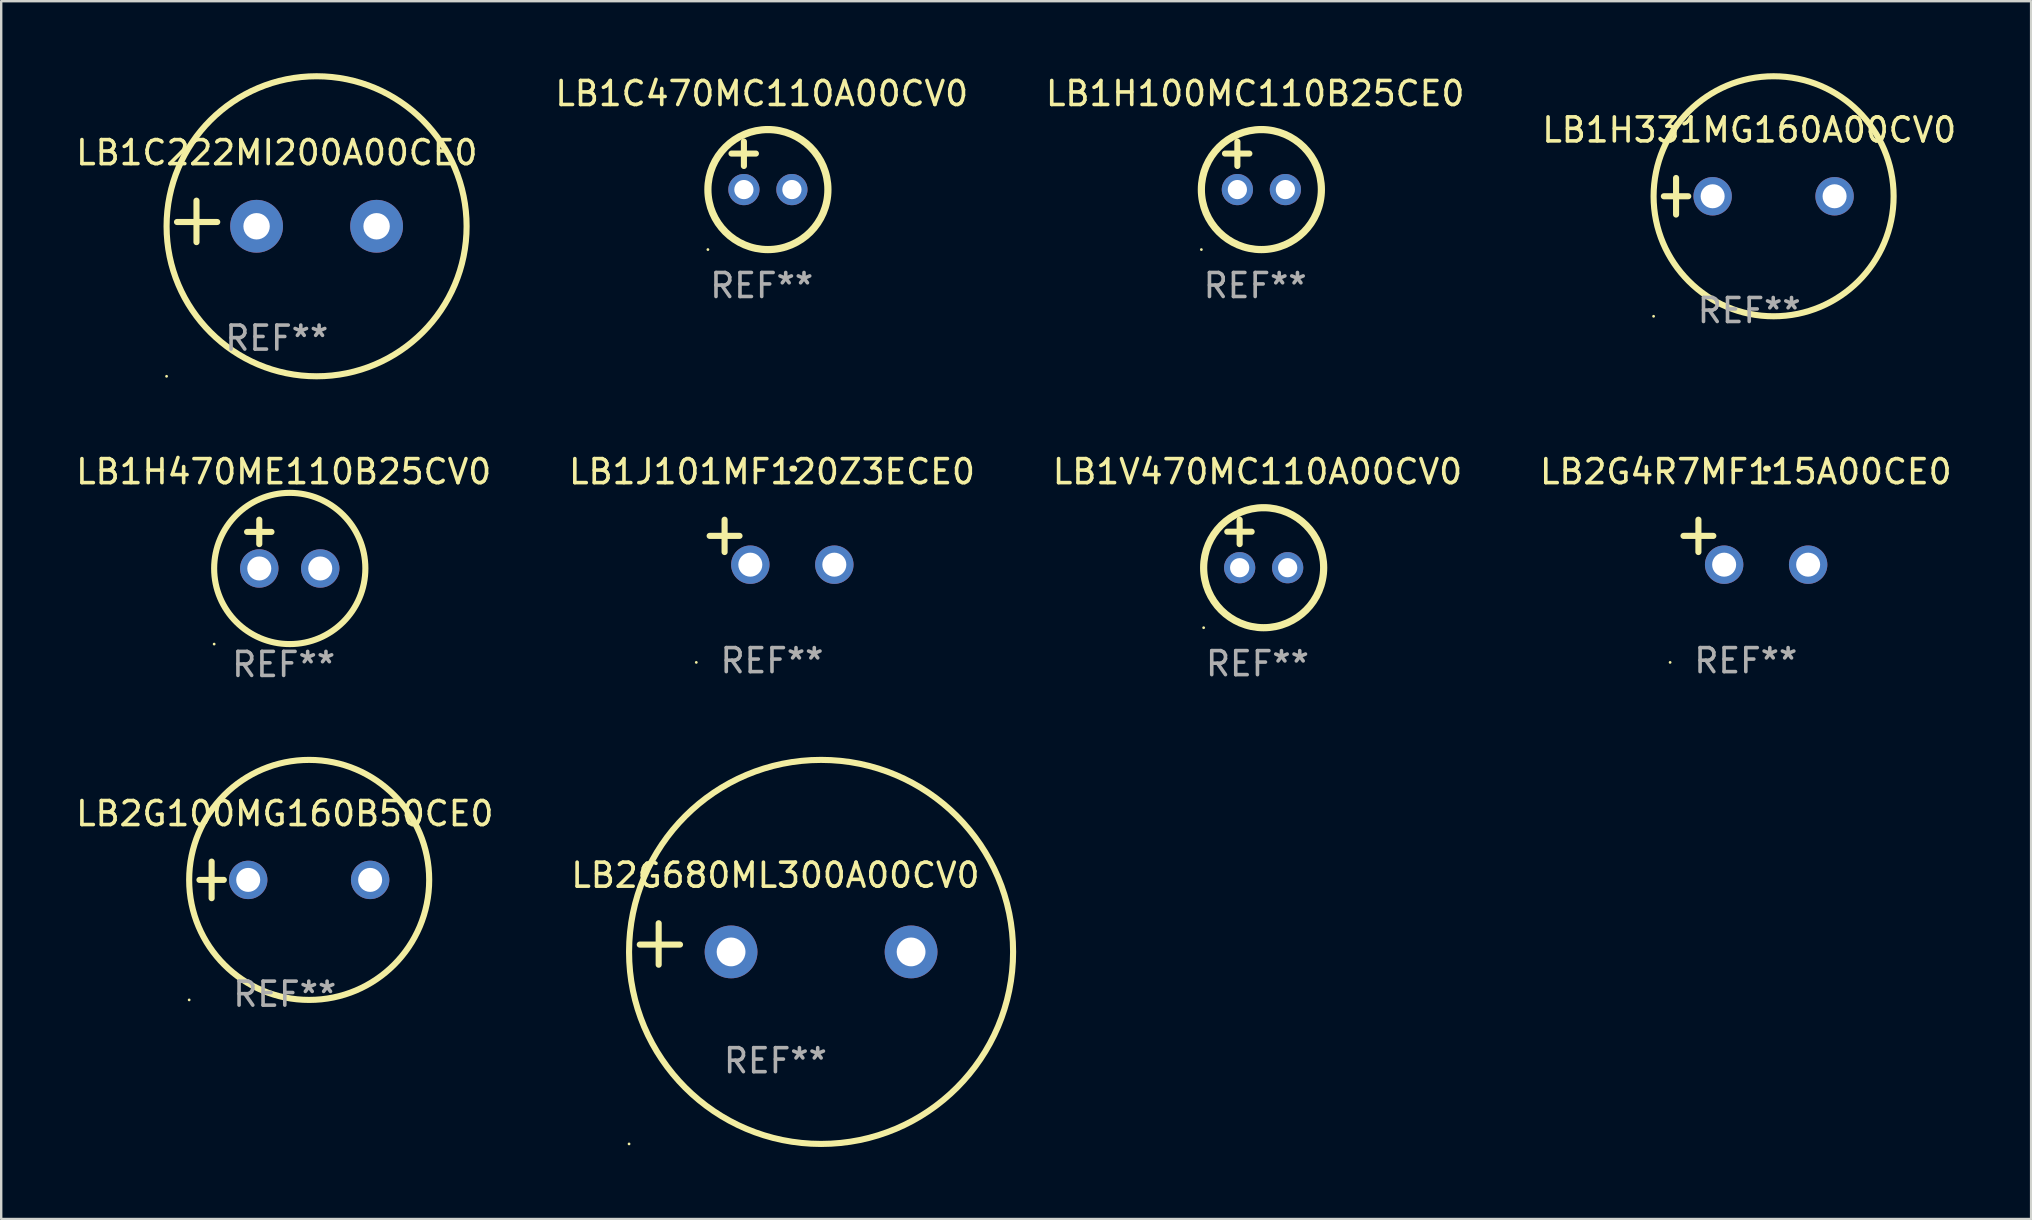
<source format=kicad_pcb>
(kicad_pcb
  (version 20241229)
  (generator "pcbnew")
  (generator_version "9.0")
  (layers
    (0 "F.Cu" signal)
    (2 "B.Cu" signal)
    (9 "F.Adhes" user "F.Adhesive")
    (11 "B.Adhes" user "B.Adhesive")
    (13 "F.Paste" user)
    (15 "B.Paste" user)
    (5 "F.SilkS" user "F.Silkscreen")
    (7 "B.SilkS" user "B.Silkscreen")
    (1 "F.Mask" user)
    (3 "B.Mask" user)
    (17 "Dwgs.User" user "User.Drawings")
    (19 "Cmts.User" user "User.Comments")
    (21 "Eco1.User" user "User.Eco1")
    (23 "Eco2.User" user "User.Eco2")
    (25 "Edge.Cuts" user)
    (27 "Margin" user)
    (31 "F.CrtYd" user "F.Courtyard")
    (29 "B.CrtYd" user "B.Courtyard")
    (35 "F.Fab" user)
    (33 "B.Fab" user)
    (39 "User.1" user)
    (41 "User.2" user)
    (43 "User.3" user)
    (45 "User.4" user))
  (footprint "LB2G4R7MF115A00CE0"
    (layer "F.Cu")
    (at 69.685 19.539)
    (property "Reference" "LB2G4R7MF115A00CE0" (at 0 -2.937 0) (layer "F.SilkS") (effects (font (size 1 1) (thickness 0.15))))
    (attr through_hole)
    (fp_line (start -1.975 0.41) (end -1.975 -0.937) (stroke (width 0.254) (type solid)) (layer "F.SilkS"))
    (fp_line (start -1.353 -0.263) (end -2.597 -0.263) (stroke (width 0.254) (type solid)) (layer "F.SilkS"))
    (fp_arc (start 0.849809 -3.063957) (mid 0.885369 -3.064114) (end 0.920929 -3.063957) (stroke (width 0.254001) (type solid)) (layer "F.SilkS"))
    (fp_circle (center -3.154 5.008) (end -3.124 5.008) (stroke (width 0.06) (type solid)) (fill no) (layer "F.SilkS"))
    (fp_text user "REF**" (at 0 4.937 0) (layer "F.Fab") (effects (font (size 1 1) (thickness 0.15))))
    (pad "1" thru_hole circle (at -0.903 0.937) (size 1.6 1.6) (drill 1) (layers "*.Cu" "*.Mask"))
    (pad "2" thru_hole circle (at 2.597 0.937) (size 1.6 1.6) (drill 1) (layers "*.Cu" "*.Mask")))
  (footprint "LB1H331MG160A00CV0"
    (layer "F.Cu")
    (at 69.827 5.127)
    (property "Reference" "LB1H331MG160A00CV0" (at 0 -2.762 0) (layer "F.SilkS") (effects (font (size 1 1) (thickness 0.15))))
    (attr through_hole)
    (fp_line (start -3.556 0) (end -2.54 0) (stroke (width 0.254) (type solid)) (layer "F.SilkS"))
    (fp_line (start -3.048 -0.762) (end -3.048 0.762) (stroke (width 0.254) (type solid)) (layer "F.SilkS"))
    (fp_circle (center -3.984 5) (end -3.954 5) (stroke (width 0.06) (type solid)) (fill no) (layer "F.SilkS"))
    (fp_circle (center 1.016 0) (end 6.016 0) (stroke (width 0.254) (type solid)) (fill no) (layer "F.SilkS"))
    (fp_text user "REF**" (at 0 4.762 0) (layer "F.Fab") (effects (font (size 1 1) (thickness 0.15))))
    (pad "1" thru_hole circle (at -1.524 0) (size 1.6 1.6) (drill 1) (layers "*.Cu" "*.Mask"))
    (pad "2" thru_hole circle (at 3.556 0) (size 1.6 1.6) (drill 1) (layers "*.Cu" "*.Mask")))
  (footprint "LB2G100MG160B50CE0"
    (layer "F.Cu")
    (at 8.815 33.609)
    (property "Reference" "LB2G100MG160B50CE0" (at 0 -2.762 0) (layer "F.SilkS") (effects (font (size 1 1) (thickness 0.15))))
    (attr through_hole)
    (fp_line (start -3.556 0) (end -2.54 0) (stroke (width 0.254) (type solid)) (layer "F.SilkS"))
    (fp_line (start -3.048 -0.762) (end -3.048 0.762) (stroke (width 0.254) (type solid)) (layer "F.SilkS"))
    (fp_circle (center -3.984 5) (end -3.954 5) (stroke (width 0.06) (type solid)) (fill no) (layer "F.SilkS"))
    (fp_circle (center 1.016 0) (end 6.016 0) (stroke (width 0.254) (type solid)) (fill no) (layer "F.SilkS"))
    (fp_text user "REF**" (at 0 4.762 0) (layer "F.Fab") (effects (font (size 1 1) (thickness 0.15))))
    (pad "1" thru_hole circle (at -1.524 0) (size 1.6 1.6) (drill 1) (layers "*.Cu" "*.Mask"))
    (pad "2" thru_hole circle (at 3.556 0) (size 1.6 1.6) (drill 1) (layers "*.Cu" "*.Mask")))
  (footprint "LB1V470MC110A00CV0"
    (layer "F.Cu")
    (at 49.339 19.602)
    (property "Reference" "LB1V470MC110A00CV0" (at 0 -3 0) (layer "F.SilkS") (effects (font (size 1 1) (thickness 0.15))))
    (attr through_hole)
    (fp_line (start -1.258 -0.5) (end -0.242 -0.5) (stroke (width 0.254) (type solid)) (layer "F.SilkS"))
    (fp_line (start -0.742 -1) (end -0.742 0.016) (stroke (width 0.254) (type solid)) (layer "F.SilkS"))
    (fp_circle (center -2.242 3.5) (end -2.212 3.5) (stroke (width 0.06) (type solid)) (fill no) (layer "F.SilkS"))
    (fp_circle (center 0.258 1) (end 2.758 1) (stroke (width 0.3) (type solid)) (fill no) (layer "F.SilkS"))
    (fp_text user "REF**" (at 0 5 0) (layer "F.Fab") (effects (font (size 1 1) (thickness 0.15))))
    (pad "1" thru_hole circle (at -0.742 1) (size 1.3 1.3) (drill 0.8) (layers "*.Cu" "*.Mask"))
    (pad "2" thru_hole circle (at 1.258 1) (size 1.3 1.3) (drill 0.8) (layers "*.Cu" "*.Mask")))
  (footprint "LB1C470MC110A00CV0"
    (layer "F.Cu")
    (at 28.685 3.848)
    (property "Reference" "LB1C470MC110A00CV0" (at 0 -3 0) (layer "F.SilkS") (effects (font (size 1 1) (thickness 0.15))))
    (attr through_hole)
    (fp_line (start -1.258 -0.5) (end -0.242 -0.5) (stroke (width 0.254) (type solid)) (layer "F.SilkS"))
    (fp_line (start -0.742 -1) (end -0.742 0.016) (stroke (width 0.254) (type solid)) (layer "F.SilkS"))
    (fp_circle (center -2.242 3.5) (end -2.212 3.5) (stroke (width 0.06) (type solid)) (fill no) (layer "F.SilkS"))
    (fp_circle (center 0.258 1) (end 2.758 1) (stroke (width 0.3) (type solid)) (fill no) (layer "F.SilkS"))
    (fp_text user "REF**" (at 0 5 0) (layer "F.Fab") (effects (font (size 1 1) (thickness 0.15))))
    (pad "1" thru_hole circle (at -0.742 1) (size 1.3 1.3) (drill 0.8) (layers "*.Cu" "*.Mask"))
    (pad "2" thru_hole circle (at 1.258 1) (size 1.3 1.3) (drill 0.8) (layers "*.Cu" "*.Mask")))
  (footprint "LB1H470ME110B25CV0"
    (layer "F.Cu")
    (at 8.768 19.618)
    (property "Reference" "LB1H470ME110B25CV0" (at 0 -3.016 0) (layer "F.SilkS") (effects (font (size 1 1) (thickness 0.15))))
    (attr through_hole)
    (fp_line (start -1.524 -0.508) (end -0.508 -0.508) (stroke (width 0.254) (type solid)) (layer "F.SilkS"))
    (fp_line (start -1.016 -1.016) (end -1.016 0) (stroke (width 0.254) (type solid)) (layer "F.SilkS"))
    (fp_circle (center -2.896 4.166) (end -2.866 4.166) (stroke (width 0.06) (type solid)) (fill no) (layer "F.SilkS"))
    (fp_circle (center 0.254 1.016) (end 3.404 1.016) (stroke (width 0.254) (type solid)) (fill no) (layer "F.SilkS"))
    (fp_text user "REF**" (at 0 5.016 0) (layer "F.Fab") (effects (font (size 1 1) (thickness 0.15))))
    (pad "1" thru_hole circle (at -1.016 1.016) (size 1.6 1.6) (drill 1) (layers "*.Cu" "*.Mask"))
    (pad "2" thru_hole circle (at 1.524 1.016) (size 1.6 1.6) (drill 1) (layers "*.Cu" "*.Mask")))
  (footprint "LB1J101MF120Z3ECE0"
    (layer "F.Cu")
    (at 29.113 19.539)
    (property "Reference" "LB1J101MF120Z3ECE0" (at 0 -2.937 0) (layer "F.SilkS") (effects (font (size 1 1) (thickness 0.15))))
    (attr through_hole)
    (fp_line (start -1.975 0.41) (end -1.975 -0.937) (stroke (width 0.254) (type solid)) (layer "F.SilkS"))
    (fp_line (start -1.353 -0.263) (end -2.597 -0.263) (stroke (width 0.254) (type solid)) (layer "F.SilkS"))
    (fp_arc (start 0.849809 -3.063957) (mid 0.885369 -3.064114) (end 0.920929 -3.063957) (stroke (width 0.254001) (type solid)) (layer "F.SilkS"))
    (fp_circle (center -3.154 5.008) (end -3.124 5.008) (stroke (width 0.06) (type solid)) (fill no) (layer "F.SilkS"))
    (fp_text user "REF**" (at 0 4.937 0) (layer "F.Fab") (effects (font (size 1 1) (thickness 0.15))))
    (pad "1" thru_hole circle (at -0.903 0.937) (size 1.6 1.6) (drill 1) (layers "*.Cu" "*.Mask"))
    (pad "2" thru_hole circle (at 2.597 0.937) (size 1.6 1.6) (drill 1) (layers "*.Cu" "*.Mask")))
  (footprint "LB1C222MI200A00CE0"
    (layer "F.Cu")
    (at 8.482 6.174)
    (property "Reference" "LB1C222MI200A00CE0" (at 0 -2.864 0) (layer "F.SilkS") (effects (font (size 1 1) (thickness 0.15))))
    (attr through_hole)
    (fp_line (start -3.346 0.864) (end -3.346 -0.864) (stroke (width 0.254) (type solid)) (layer "F.SilkS"))
    (fp_line (start -2.482 0.025) (end -4.158 0.025) (stroke (width 0.254) (type solid)) (layer "F.SilkS"))
    (fp_circle (center -4.592 6.453) (end -4.562 6.453) (stroke (width 0.06) (type solid)) (fill no) (layer "F.SilkS"))
    (fp_circle (center 1.658 0.203) (end 7.908 0.203) (stroke (width 0.254) (type solid)) (fill no) (layer "F.SilkS"))
    (fp_text user "REF**" (at 0 4.864 0) (layer "F.Fab") (effects (font (size 1 1) (thickness 0.15))))
    (pad "1" thru_hole circle (at -0.842 0.203) (size 2.2 2.2) (drill 1.1) (layers "*.Cu" "*.Mask"))
    (pad "2" thru_hole circle (at 4.158 0.203) (size 2.2 2.2) (drill 1.1) (layers "*.Cu" "*.Mask")))
  (footprint "LB1H100MC110B25CE0"
    (layer "F.Cu")
    (at 49.244 3.848)
    (property "Reference" "LB1H100MC110B25CE0" (at 0 -3 0) (layer "F.SilkS") (effects (font (size 1 1) (thickness 0.15))))
    (attr through_hole)
    (fp_line (start -1.258 -0.5) (end -0.242 -0.5) (stroke (width 0.254) (type solid)) (layer "F.SilkS"))
    (fp_line (start -0.742 -1) (end -0.742 0.016) (stroke (width 0.254) (type solid)) (layer "F.SilkS"))
    (fp_circle (center -2.242 3.5) (end -2.212 3.5) (stroke (width 0.06) (type solid)) (fill no) (layer "F.SilkS"))
    (fp_circle (center 0.258 1) (end 2.758 1) (stroke (width 0.3) (type solid)) (fill no) (layer "F.SilkS"))
    (fp_text user "REF**" (at 0 5 0) (layer "F.Fab") (effects (font (size 1 1) (thickness 0.15))))
    (pad "1" thru_hole circle (at -0.742 1) (size 1.3 1.3) (drill 0.8) (layers "*.Cu" "*.Mask"))
    (pad "2" thru_hole circle (at 1.258 1) (size 1.3 1.3) (drill 0.8) (layers "*.Cu" "*.Mask")))
  (footprint "LB2G680ML300A00CV0"
    (layer "F.Cu")
    (at 29.256 36.279)
    (property "Reference" "LB2G680ML300A00CV0" (at 0 -2.864 0) (layer "F.SilkS") (effects (font (size 1 1) (thickness 0.15))))
    (attr through_hole)
    (fp_line (start -4.864 0.864) (end -4.864 -0.864) (stroke (width 0.254) (type solid)) (layer "F.SilkS"))
    (fp_line (start -3.975 0.025) (end -5.652 0.025) (stroke (width 0.254) (type solid)) (layer "F.SilkS"))
    (fp_circle (center -6.098 8.33) (end -6.068 8.33) (stroke (width 0.06) (type solid)) (fill no) (layer "F.SilkS"))
    (fp_circle (center 1.902 0.33) (end 9.902 0.33) (stroke (width 0.254) (type solid)) (fill no) (layer "F.SilkS"))
    (fp_text user "REF**" (at 0 4.864 0) (layer "F.Fab") (effects (font (size 1 1) (thickness 0.15))))
    (pad "1" thru_hole circle (at -1.848 0.33) (size 2.2 2.2) (drill 1.2) (layers "*.Cu" "*.Mask"))
    (pad "2" thru_hole circle (at 5.652 0.33) (size 2.2 2.2) (drill 1.2) (layers "*.Cu" "*.Mask")))
  (gr_rect
    (start -3 -3)
    (end 81.571 47.736)
    (stroke (width 0.1) (type default))
    (fill no)
    (layer "Edge.Cuts")))
</source>
